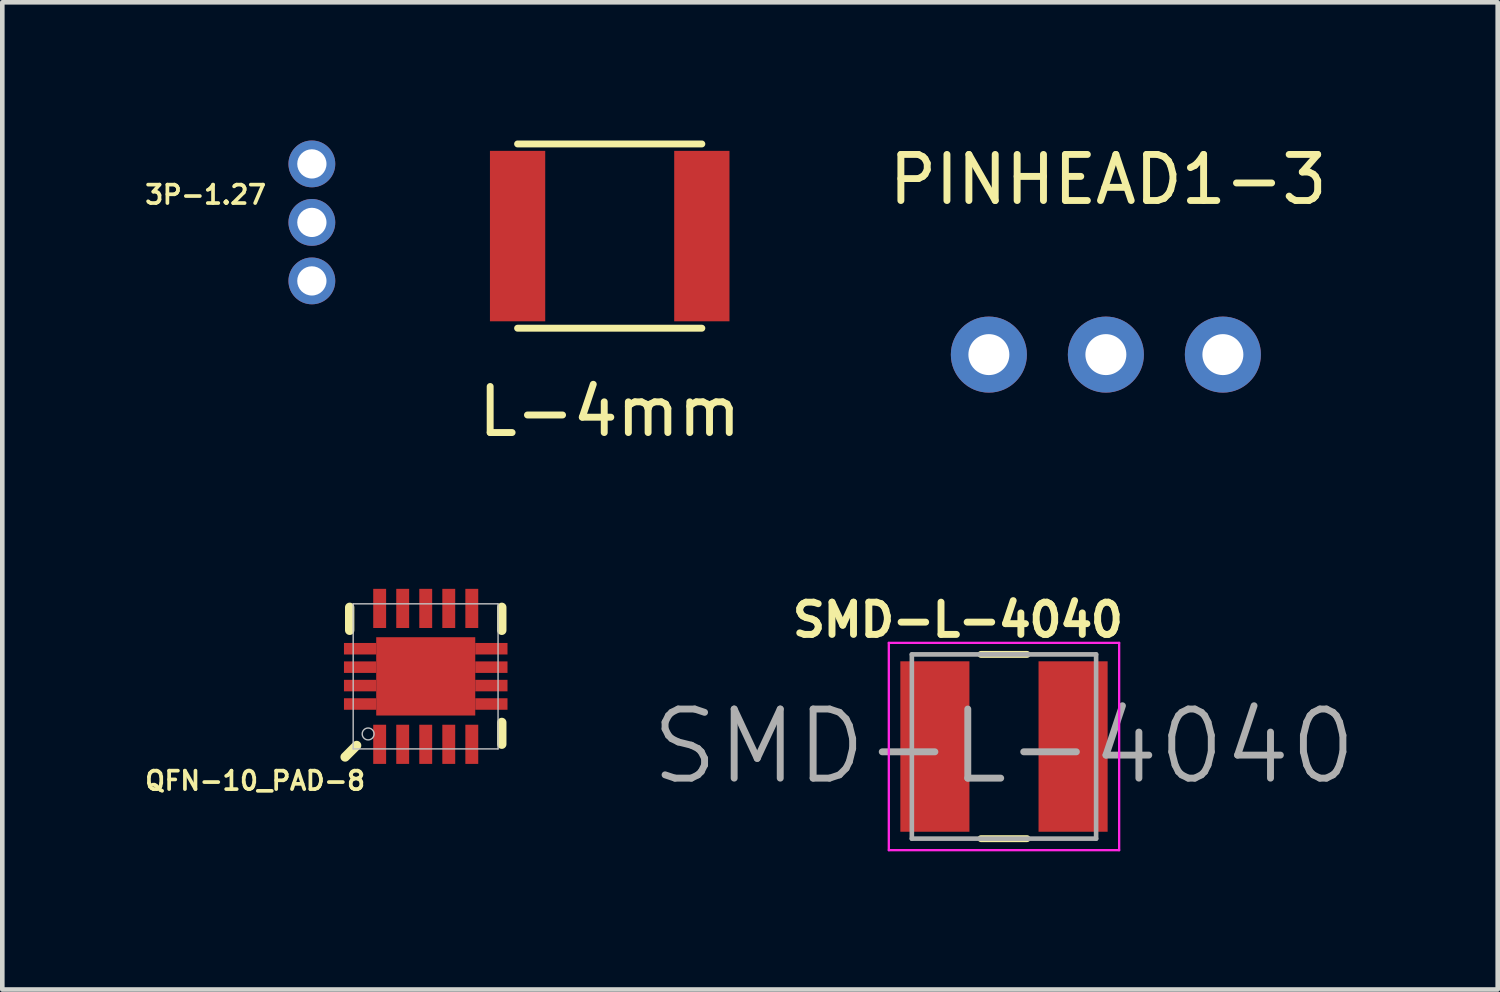
<source format=kicad_pcb>
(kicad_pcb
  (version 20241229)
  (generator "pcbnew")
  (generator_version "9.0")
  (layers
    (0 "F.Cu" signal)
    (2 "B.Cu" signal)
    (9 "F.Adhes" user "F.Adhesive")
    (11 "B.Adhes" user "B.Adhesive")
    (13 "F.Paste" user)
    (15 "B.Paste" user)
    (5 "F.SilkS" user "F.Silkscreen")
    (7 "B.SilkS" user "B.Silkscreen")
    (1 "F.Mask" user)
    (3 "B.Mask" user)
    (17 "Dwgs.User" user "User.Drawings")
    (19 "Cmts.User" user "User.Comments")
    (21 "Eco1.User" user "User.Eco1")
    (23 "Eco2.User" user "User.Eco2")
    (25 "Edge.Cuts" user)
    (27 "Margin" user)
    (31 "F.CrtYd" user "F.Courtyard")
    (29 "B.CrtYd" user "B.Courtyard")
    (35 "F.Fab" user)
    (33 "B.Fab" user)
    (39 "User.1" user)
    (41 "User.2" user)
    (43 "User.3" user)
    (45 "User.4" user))
  (footprint "SMD-L-4040"
    (layer "F.Cu")
    (at 18.745 13.156)
    (property "Reference" "SMD-L-4040" (at -1 -2.75 0) (layer "F.SilkS") (effects (font (size 0.7 0.7) (thickness 0.15))))
    (attr through_hole)
    (fp_line (start -0.5 -2) (end 0.5 -2) (stroke (width 0.15) (type solid)) (layer "F.SilkS"))
    (fp_line (start -0.5 2) (end 0.5 2) (stroke (width 0.15) (type solid)) (layer "F.SilkS"))
    (fp_line (start -2.5 -2.25) (end -2.5 2.25) (stroke (width 0.05) (type solid)) (layer "F.CrtYd"))
    (fp_line (start -2.5 -2.25) (end 2.5 -2.25) (stroke (width 0.05) (type solid)) (layer "F.CrtYd"))
    (fp_line (start -2.5 2.25) (end 2.5 2.25) (stroke (width 0.05) (type solid)) (layer "F.CrtYd"))
    (fp_line (start 2.5 2.25) (end 2.5 -2.25) (stroke (width 0.05) (type solid)) (layer "F.CrtYd"))
    (fp_line (start -2 -2) (end 2 -2) (stroke (width 0.1) (type solid)) (layer "F.Fab"))
    (fp_line (start -2 2) (end -2 -2) (stroke (width 0.1) (type solid)) (layer "F.Fab"))
    (fp_line (start 2 -2) (end 2 2) (stroke (width 0.1) (type solid)) (layer "F.Fab"))
    (fp_line (start 2 2) (end -2 2) (stroke (width 0.1) (type solid)) (layer "F.Fab"))
    (fp_text user "${REFERENCE}" (at 0 0 0) (layer "F.Fab") (effects (font (size 1.5 1.5) (thickness 0.15))))
    (pad "1" smd rect (at -1.5 0) (size 1.5 3.7) (layers "F.Cu" "F.Mask" "F.Paste"))
    (pad "2" smd rect (at 1.5 0) (size 1.5 3.7) (layers "F.Cu" "F.Mask" "F.Paste")))
  (footprint "3P-1.27"
    (layer "F.Cu")
    (at 3.72 1.143)
    (property "Reference" "3P-1.27" (at -0.95 -0.2 180) (layer "F.SilkS") (effects (font (size 0.4 0.4) (thickness 0.08)) (justify right top)))
    (attr through_hole)
    (pad "1" thru_hole circle (at 0 -0.635) (size 1.016 1.016) (drill 0.635) (layers "*.Cu" "*.Mask"))
    (pad "2" thru_hole circle (at 0 0.635) (size 1.016 1.016) (drill 0.635) (layers "*.Cu" "*.Mask"))
    (pad "3" thru_hole circle (at 0 1.905) (size 1.016 1.016) (drill 0.635) (layers "*.Cu" "*.Mask")))
  (footprint "L-4mm"
    (layer "F.Cu")
    (at 10.186 2.075)
    (property "Reference" "L-4mm" (at 0 3.81 0) (layer "F.SilkS") (effects (font (size 1 1) (thickness 0.15))))
    (attr through_hole)
    (fp_line (start -2 -2) (end 2 -2) (stroke (width 0.15) (type solid)) (layer "F.SilkS"))
    (fp_line (start -2 2) (end 2 2) (stroke (width 0.15) (type solid)) (layer "F.SilkS"))
    (pad "1" smd rect (at -2 0) (size 1.2 3.7) (layers "F.Cu" "F.Mask" "F.Paste"))
    (pad "2" smd rect (at 2 0) (size 1.2 3.7) (layers "F.Cu" "F.Mask" "F.Paste")))
  (footprint "PINHEAD1-3"
    (layer "F.Cu")
    (at 20.957 4.648)
    (property "Reference" "PINHEAD1-3" (at 0.05 -3.8 0) (layer "F.SilkS") (effects (font (size 1 1) (thickness 0.15))))
    (attr exclude_from_pos_files exclude_from_bom)
    (pad "1" thru_hole circle (at -2.54 0) (size 1.651 1.651) (drill 0.889) (layers "*.Cu" "*.Mask"))
    (pad "2" thru_hole circle (at 0 0) (size 1.651 1.651) (drill 0.889) (layers "*.Cu" "*.Mask"))
    (pad "3" thru_hole circle (at 2.54 0) (size 1.651 1.651) (drill 0.889) (layers "*.Cu" "*.Mask")))
  (footprint "QFN-10_PAD-8"
    (layer "F.Cu")
    (at 6.192 11.633)
    (property "Reference" "QFN-10_PAD-8" (at -1.27 2.032 0) (layer "F.SilkS") (effects (font (size 0.4 0.4) (thickness 0.08)) (justify right top)))
    (attr through_hole)
    (fp_line (start -1.75 1.75) (end -1.5 1.5) (stroke (width 0.203) (type solid)) (layer "F.SilkS"))
    (fp_line (start -1.651 -1.499) (end -1.651 -1) (stroke (width 0.203) (type solid)) (layer "F.SilkS"))
    (fp_line (start 1.651 -1.499) (end 1.651 -1) (stroke (width 0.203) (type solid)) (layer "F.SilkS"))
    (fp_line (start 1.651 1) (end 1.651 1.473) (stroke (width 0.203) (type solid)) (layer "F.SilkS"))
    (fp_poly (pts (xy -1.76 -0.485) (xy -1.16 -0.485) (xy -1.16 -0.715) (xy -1.76 -0.715)) (stroke (width 0.15) (type solid)) (fill yes) (layer "F.Paste"))
    (fp_poly (pts (xy -1.76 -0.085) (xy -1.16 -0.085) (xy -1.16 -0.315) (xy -1.76 -0.315)) (stroke (width 0.15) (type solid)) (fill yes) (layer "F.Paste"))
    (fp_poly (pts (xy -1.76 0.315) (xy -1.16 0.315) (xy -1.16 0.085) (xy -1.76 0.085)) (stroke (width 0.15) (type solid)) (fill yes) (layer "F.Paste"))
    (fp_poly (pts (xy -1.76 0.715) (xy -1.16 0.715) (xy -1.16 0.485) (xy -1.76 0.485)) (stroke (width 0.15) (type solid)) (fill yes) (layer "F.Paste"))
    (fp_poly (pts (xy -1.01 -0.11) (xy -0.11 -0.11) (xy -0.11 -0.76) (xy -1.01 -0.76)) (stroke (width 0.15) (type solid)) (fill yes) (layer "F.Paste"))
    (fp_poly (pts (xy -1.01 0.76) (xy -0.11 0.76) (xy -0.11 0.11) (xy -1.01 0.11)) (stroke (width 0.15) (type solid)) (fill yes) (layer "F.Paste"))
    (fp_poly (pts (xy 0.11 -0.11) (xy 1.01 -0.11) (xy 1.01 -0.76) (xy 0.11 -0.76)) (stroke (width 0.15) (type solid)) (fill yes) (layer "F.Paste"))
    (fp_poly (pts (xy 0.11 0.76) (xy 1.01 0.76) (xy 1.01 0.11) (xy 0.11 0.11)) (stroke (width 0.15) (type solid)) (fill yes) (layer "F.Paste"))
    (fp_poly (pts (xy 1.16 -0.485) (xy 1.76 -0.485) (xy 1.76 -0.715) (xy 1.16 -0.715)) (stroke (width 0.15) (type solid)) (fill yes) (layer "F.Paste"))
    (fp_poly (pts (xy 1.16 -0.085) (xy 1.76 -0.085) (xy 1.76 -0.315) (xy 1.16 -0.315)) (stroke (width 0.15) (type solid)) (fill yes) (layer "F.Paste"))
    (fp_poly (pts (xy 1.16 0.315) (xy 1.76 0.315) (xy 1.76 0.085) (xy 1.16 0.085)) (stroke (width 0.15) (type solid)) (fill yes) (layer "F.Paste"))
    (fp_poly (pts (xy 1.16 0.715) (xy 1.76 0.715) (xy 1.76 0.485) (xy 1.16 0.485)) (stroke (width 0.15) (type solid)) (fill yes) (layer "F.Paste"))
    (fp_line (start -1.575 -1.575) (end 1.57 -1.575) (stroke (width 0.03) (type solid)) (layer "Dwgs.User"))
    (fp_line (start -1.575 1.575) (end -1.575 -1.575) (stroke (width 0.03) (type solid)) (layer "Dwgs.User"))
    (fp_line (start 1.57 -1.575) (end 1.57 1.575) (stroke (width 0.03) (type solid)) (layer "Dwgs.User"))
    (fp_line (start 1.57 1.575) (end -1.575 1.575) (stroke (width 0.03) (type solid)) (layer "Dwgs.User"))
    (fp_circle (center -1.25 1.25) (end -1.121 1.25) (stroke (width 0.03) (type solid)) (fill no) (layer "Dwgs.User"))
    (pad "1" smd rect (at -1 1.475 90) (size 0.85 0.28) (layers "F.Cu" "F.Mask" "F.Paste"))
    (pad "2" smd rect (at -0.5 1.475 90) (size 0.85 0.28) (layers "F.Cu" "F.Mask" "F.Paste"))
    (pad "3" smd rect (at 0 1.475 90) (size 0.85 0.28) (layers "F.Cu" "F.Mask" "F.Paste"))
    (pad "4" smd rect (at 0.5 1.475 90) (size 0.85 0.28) (layers "F.Cu" "F.Mask" "F.Paste"))
    (pad "5" smd rect (at 1 1.475 90) (size 0.85 0.28) (layers "F.Cu" "F.Mask" "F.Paste"))
    (pad "6" smd rect (at 1 -1.475 90) (size 0.85 0.28) (layers "F.Cu" "F.Mask" "F.Paste"))
    (pad "7" smd rect (at 0.5 -1.475 90) (size 0.85 0.28) (layers "F.Cu" "F.Mask" "F.Paste"))
    (pad "8" smd rect (at 0 -1.475 90) (size 0.85 0.28) (layers "F.Cu" "F.Mask" "F.Paste"))
    (pad "9" smd rect (at -0.5 -1.475 90) (size 0.85 0.28) (layers "F.Cu" "F.Mask" "F.Paste"))
    (pad "10" smd rect (at -1 -1.475 90) (size 0.85 0.28) (layers "F.Cu" "F.Mask" "F.Paste"))
    (pad "11" smd rect (at -1.425 -0.6 180) (size 0.7 0.25) (layers "F.Cu" "F.Mask" "F.Paste"))
    (pad "12" smd rect (at -1.425 -0.2 180) (size 0.7 0.25) (layers "F.Cu" "F.Mask" "F.Paste"))
    (pad "13" smd rect (at -1.425 0.2 180) (size 0.7 0.25) (layers "F.Cu" "F.Mask" "F.Paste"))
    (pad "14" smd rect (at -1.425 0.6 180) (size 0.7 0.25) (layers "F.Cu" "F.Mask" "F.Paste"))
    (pad "15" smd rect (at 1.425 -0.6 180) (size 0.7 0.25) (layers "F.Cu" "F.Mask" "F.Paste"))
    (pad "16" smd rect (at 1.425 -0.2 180) (size 0.7 0.25) (layers "F.Cu" "F.Mask" "F.Paste"))
    (pad "17" smd rect (at 1.425 0.2 180) (size 0.7 0.25) (layers "F.Cu" "F.Mask" "F.Paste"))
    (pad "18" smd rect (at 1.425 0.6 180) (size 0.7 0.25) (layers "F.Cu" "F.Mask" "F.Paste"))
    (pad "PAD" smd rect (at 0 0 90) (size 1.7 2.15) (layers "F.Cu" "F.Mask" "F.Paste")))
  (gr_rect
    (start -3 -3)
    (end 29.463 18.431)
    (stroke (width 0.1) (type default))
    (fill no)
    (layer "Edge.Cuts")))
</source>
